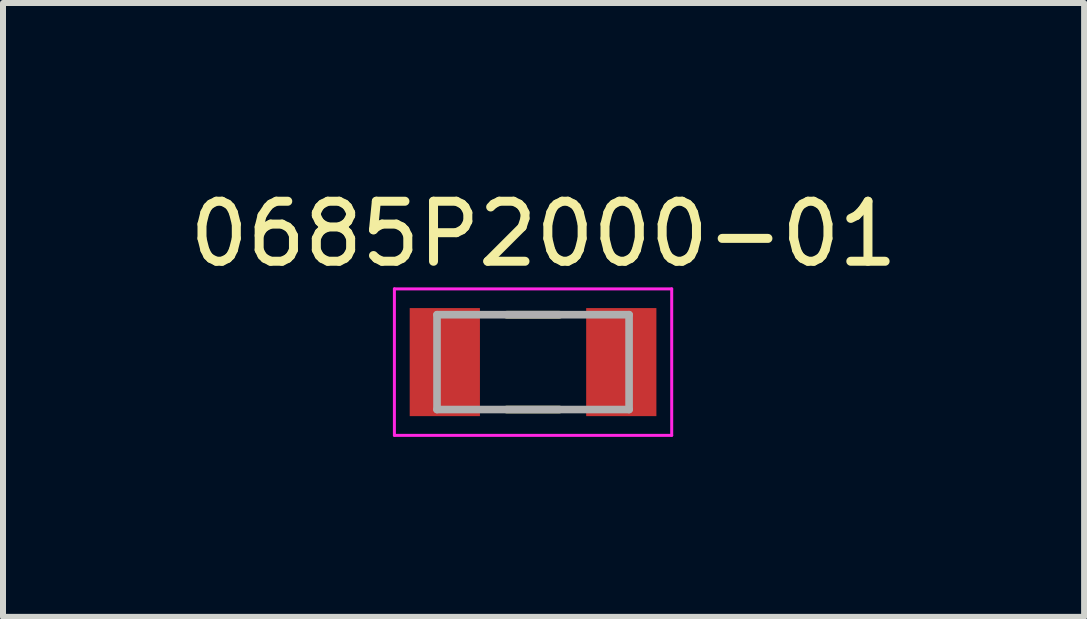
<source format=kicad_pcb>
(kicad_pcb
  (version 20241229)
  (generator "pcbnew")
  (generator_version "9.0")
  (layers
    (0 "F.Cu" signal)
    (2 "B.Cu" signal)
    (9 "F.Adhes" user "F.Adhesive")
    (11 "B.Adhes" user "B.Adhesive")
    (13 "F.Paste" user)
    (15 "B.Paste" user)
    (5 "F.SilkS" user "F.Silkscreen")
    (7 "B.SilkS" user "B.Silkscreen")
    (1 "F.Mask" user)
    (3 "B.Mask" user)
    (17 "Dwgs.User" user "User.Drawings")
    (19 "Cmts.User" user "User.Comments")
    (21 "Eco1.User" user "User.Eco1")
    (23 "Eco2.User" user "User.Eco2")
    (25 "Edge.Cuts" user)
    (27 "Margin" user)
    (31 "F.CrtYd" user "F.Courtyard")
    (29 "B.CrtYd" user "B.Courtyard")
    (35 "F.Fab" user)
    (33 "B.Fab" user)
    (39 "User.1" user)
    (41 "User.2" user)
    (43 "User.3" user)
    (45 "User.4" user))
  (footprint "0685P2000-01"
    (layer "F.Cu")
    (at 5.831 2.983)
    (property "Reference" "0685P2000-01" (at 0.175 -2.135 0) (layer "F.SilkS") (effects (font (size 1 1) (thickness 0.15))))
    (attr through_hole)
    (fp_line (start -0.44 -0.79) (end 0.44 -0.79) (stroke (width 0.127) (type solid)) (layer "F.SilkS"))
    (fp_line (start 0.44 0.79) (end -0.44 0.79) (stroke (width 0.127) (type solid)) (layer "F.SilkS"))
    (fp_line (start -2.31 -1.22) (end 2.31 -1.22) (stroke (width 0.05) (type solid)) (layer "F.CrtYd"))
    (fp_line (start -2.31 1.22) (end -2.31 -1.22) (stroke (width 0.05) (type solid)) (layer "F.CrtYd"))
    (fp_line (start 2.31 -1.22) (end 2.31 1.22) (stroke (width 0.05) (type solid)) (layer "F.CrtYd"))
    (fp_line (start 2.31 1.22) (end -2.31 1.22) (stroke (width 0.05) (type solid)) (layer "F.CrtYd"))
    (fp_line (start -1.6 -0.79) (end 1.6 -0.79) (stroke (width 0.127) (type solid)) (layer "F.Fab"))
    (fp_line (start -1.6 0.79) (end -1.6 -0.79) (stroke (width 0.127) (type solid)) (layer "F.Fab"))
    (fp_line (start 1.6 -0.79) (end 1.6 0.79) (stroke (width 0.127) (type solid)) (layer "F.Fab"))
    (fp_line (start 1.6 0.79) (end -1.6 0.79) (stroke (width 0.127) (type solid)) (layer "F.Fab"))
    (pad "1" smd rect (at -1.47 0) (size 1.17 1.8) (layers "F.Cu" "F.Mask" "F.Paste"))
    (pad "2" smd rect (at 1.47 0) (size 1.17 1.8) (layers "F.Cu" "F.Mask" "F.Paste")))
  (gr_rect
    (start -3 -3)
    (end 15.012 7.228)
    (stroke (width 0.1) (type default))
    (fill no)
    (layer "Edge.Cuts")))
</source>
